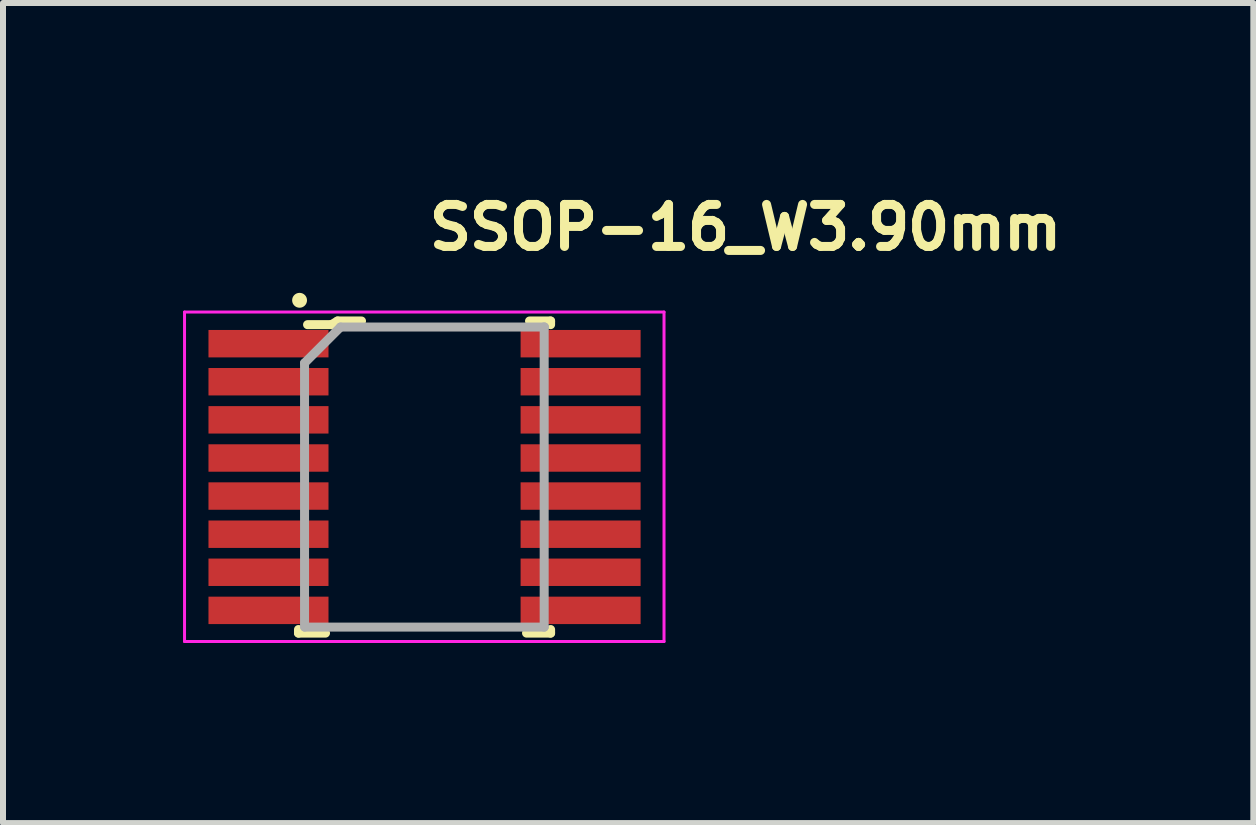
<source format=kicad_pcb>
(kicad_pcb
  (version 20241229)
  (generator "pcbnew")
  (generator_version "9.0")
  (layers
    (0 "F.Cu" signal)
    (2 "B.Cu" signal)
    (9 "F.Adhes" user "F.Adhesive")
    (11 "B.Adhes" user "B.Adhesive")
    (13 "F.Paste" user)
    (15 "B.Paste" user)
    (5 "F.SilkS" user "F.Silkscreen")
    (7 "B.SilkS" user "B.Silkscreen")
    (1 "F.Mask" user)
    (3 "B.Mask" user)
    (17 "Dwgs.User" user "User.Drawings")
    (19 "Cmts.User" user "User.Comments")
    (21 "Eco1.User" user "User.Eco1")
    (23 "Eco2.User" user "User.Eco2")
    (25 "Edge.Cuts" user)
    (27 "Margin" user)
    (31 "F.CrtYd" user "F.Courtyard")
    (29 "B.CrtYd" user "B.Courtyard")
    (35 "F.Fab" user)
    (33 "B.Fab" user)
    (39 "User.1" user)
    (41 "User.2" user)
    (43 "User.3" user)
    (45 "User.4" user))
  (footprint "SSOP-16_W3.90mm"
    (layer "F.Cu")
    (at 4.025 4.9)
    (property "Reference" "SSOP-16_W3.90mm" (at 0 -3.75 0) (layer "F.SilkS") (effects (font (size 0.7 0.7) (thickness 0.15)) (justify left bottom)))
    (attr smd)
    (fp_line (start -2.101 2.54) (end -2.101 2.6) (stroke (width 0.15) (type solid)) (layer "F.SilkS"))
    (fp_line (start -2.101 2.6) (end -1.651 2.6) (stroke (width 0.15) (type solid)) (layer "F.SilkS"))
    (fp_line (start -1.551 -2.54) (end -1.95 -2.54) (stroke (width 0.15) (type solid)) (layer "F.SilkS"))
    (fp_line (start -1.45 -2.601) (end -1.551 -2.54) (stroke (width 0.15) (type solid)) (layer "F.SilkS"))
    (fp_line (start -1.051 -2.601) (end -1.45 -2.601) (stroke (width 0.15) (type solid)) (layer "F.SilkS"))
    (fp_line (start 2.1 -2.601) (end 1.749 -2.601) (stroke (width 0.15) (type solid)) (layer "F.SilkS"))
    (fp_line (start 2.1 -2.54) (end 2.1 -2.601) (stroke (width 0.15) (type solid)) (layer "F.SilkS"))
    (fp_line (start 2.1 2.54) (end 2.1 2.6) (stroke (width 0.15) (type solid)) (layer "F.SilkS"))
    (fp_line (start 2.1 2.6) (end 1.699 2.6) (stroke (width 0.15) (type solid)) (layer "F.SilkS"))
    (fp_circle (center -2.083 -2.946) (end -2.034 -2.946) (stroke (width 0.15) (type solid)) (fill yes) (layer "F.SilkS"))
    (fp_line (start -4 -2.75) (end -4 2.74) (stroke (width 0.05) (type solid)) (layer "F.CrtYd"))
    (fp_line (start -4 -2.75) (end 3.99 -2.75) (stroke (width 0.05) (type solid)) (layer "F.CrtYd"))
    (fp_line (start -4 2.74) (end 3.99 2.74) (stroke (width 0.05) (type solid)) (layer "F.CrtYd"))
    (fp_line (start 3.99 2.74) (end 3.99 -2.75) (stroke (width 0.05) (type solid)) (layer "F.CrtYd"))
    (fp_line (start -2 -1.901) (end -2 2.499) (stroke (width 0.15) (type solid)) (layer "F.Fab"))
    (fp_line (start -2 -1.901) (end -1.401 -2.5) (stroke (width 0.15) (type solid)) (layer "F.Fab"))
    (fp_line (start -1.994 2.5) (end 1.993 2.5) (stroke (width 0.15) (type solid)) (layer "F.Fab"))
    (fp_line (start -1.401 -2.5) (end 1.999 -2.5) (stroke (width 0.15) (type solid)) (layer "F.Fab"))
    (fp_line (start 1.993 2.5) (end 1.993 -2.503) (stroke (width 0.15) (type solid)) (layer "F.Fab"))
    (fp_line (start -3.202 -2.4) (end -3.202 -2.15) (stroke (width 0.02) (type solid)) (layer "User.9"))
    (fp_line (start -3.202 -2.4) (end -2.698 -2.4) (stroke (width 0.02) (type solid)) (layer "User.9"))
    (fp_line (start -3.202 -1.75) (end -3.202 -1.5) (stroke (width 0.02) (type solid)) (layer "User.9"))
    (fp_line (start -3.202 -1.75) (end -2.698 -1.75) (stroke (width 0.02) (type solid)) (layer "User.9"))
    (fp_line (start -3.202 -1.101) (end -3.202 -0.85) (stroke (width 0.02) (type solid)) (layer "User.9"))
    (fp_line (start -3.202 -1.101) (end -2.698 -1.101) (stroke (width 0.02) (type solid)) (layer "User.9"))
    (fp_line (start -3.202 -0.452) (end -3.202 -0.202) (stroke (width 0.02) (type solid)) (layer "User.9"))
    (fp_line (start -3.202 -0.452) (end -2.698 -0.452) (stroke (width 0.02) (type solid)) (layer "User.9"))
    (fp_line (start -3.202 0.2) (end -3.202 0.45) (stroke (width 0.02) (type solid)) (layer "User.9"))
    (fp_line (start -3.202 0.2) (end -2.698 0.2) (stroke (width 0.02) (type solid)) (layer "User.9"))
    (fp_line (start -3.202 0.848) (end -3.202 1.1) (stroke (width 0.02) (type solid)) (layer "User.9"))
    (fp_line (start -3.202 0.848) (end -2.698 0.848) (stroke (width 0.02) (type solid)) (layer "User.9"))
    (fp_line (start -3.202 1.499) (end -3.202 1.749) (stroke (width 0.02) (type solid)) (layer "User.9"))
    (fp_line (start -3.202 1.499) (end -2.698 1.499) (stroke (width 0.02) (type solid)) (layer "User.9"))
    (fp_line (start -3.202 2.148) (end -3.202 2.398) (stroke (width 0.02) (type solid)) (layer "User.9"))
    (fp_line (start -3.202 2.148) (end -2.698 2.148) (stroke (width 0.02) (type solid)) (layer "User.9"))
    (fp_line (start -2.698 -2.4) (end -2.626 -2.4) (stroke (width 0.02) (type solid)) (layer "User.9"))
    (fp_line (start -2.698 -2.15) (end -3.202 -2.15) (stroke (width 0.02) (type solid)) (layer "User.9"))
    (fp_line (start -2.698 -1.75) (end -2.626 -1.75) (stroke (width 0.02) (type solid)) (layer "User.9"))
    (fp_line (start -2.698 -1.5) (end -3.202 -1.5) (stroke (width 0.02) (type solid)) (layer "User.9"))
    (fp_line (start -2.698 -1.101) (end -2.626 -1.101) (stroke (width 0.02) (type solid)) (layer "User.9"))
    (fp_line (start -2.698 -0.85) (end -3.202 -0.85) (stroke (width 0.02) (type solid)) (layer "User.9"))
    (fp_line (start -2.698 -0.452) (end -2.626 -0.452) (stroke (width 0.02) (type solid)) (layer "User.9"))
    (fp_line (start -2.698 -0.202) (end -3.202 -0.202) (stroke (width 0.02) (type solid)) (layer "User.9"))
    (fp_line (start -2.698 0.2) (end -2.626 0.2) (stroke (width 0.02) (type solid)) (layer "User.9"))
    (fp_line (start -2.698 0.45) (end -3.202 0.45) (stroke (width 0.02) (type solid)) (layer "User.9"))
    (fp_line (start -2.698 0.848) (end -2.626 0.848) (stroke (width 0.02) (type solid)) (layer "User.9"))
    (fp_line (start -2.698 1.1) (end -3.202 1.1) (stroke (width 0.02) (type solid)) (layer "User.9"))
    (fp_line (start -2.698 1.499) (end -2.626 1.499) (stroke (width 0.02) (type solid)) (layer "User.9"))
    (fp_line (start -2.698 1.749) (end -3.202 1.749) (stroke (width 0.02) (type solid)) (layer "User.9"))
    (fp_line (start -2.698 2.148) (end -2.626 2.148) (stroke (width 0.02) (type solid)) (layer "User.9"))
    (fp_line (start -2.698 2.398) (end -3.202 2.398) (stroke (width 0.02) (type solid)) (layer "User.9"))
    (fp_line (start -2.626 -2.4) (end -2.511 -2.4) (stroke (width 0.02) (type solid)) (layer "User.9"))
    (fp_line (start -2.626 -2.15) (end -2.698 -2.15) (stroke (width 0.02) (type solid)) (layer "User.9"))
    (fp_line (start -2.626 -1.75) (end -2.511 -1.75) (stroke (width 0.02) (type solid)) (layer "User.9"))
    (fp_line (start -2.626 -1.5) (end -2.698 -1.5) (stroke (width 0.02) (type solid)) (layer "User.9"))
    (fp_line (start -2.626 -1.101) (end -2.511 -1.101) (stroke (width 0.02) (type solid)) (layer "User.9"))
    (fp_line (start -2.626 -0.85) (end -2.698 -0.85) (stroke (width 0.02) (type solid)) (layer "User.9"))
    (fp_line (start -2.626 -0.452) (end -2.511 -0.452) (stroke (width 0.02) (type solid)) (layer "User.9"))
    (fp_line (start -2.626 -0.202) (end -2.698 -0.202) (stroke (width 0.02) (type solid)) (layer "User.9"))
    (fp_line (start -2.626 0.2) (end -2.511 0.2) (stroke (width 0.02) (type solid)) (layer "User.9"))
    (fp_line (start -2.626 0.45) (end -2.698 0.45) (stroke (width 0.02) (type solid)) (layer "User.9"))
    (fp_line (start -2.626 0.848) (end -2.511 0.848) (stroke (width 0.02) (type solid)) (layer "User.9"))
    (fp_line (start -2.626 1.1) (end -2.698 1.1) (stroke (width 0.02) (type solid)) (layer "User.9"))
    (fp_line (start -2.626 1.499) (end -2.511 1.499) (stroke (width 0.02) (type solid)) (layer "User.9"))
    (fp_line (start -2.626 1.749) (end -2.698 1.749) (stroke (width 0.02) (type solid)) (layer "User.9"))
    (fp_line (start -2.626 2.148) (end -2.511 2.148) (stroke (width 0.02) (type solid)) (layer "User.9"))
    (fp_line (start -2.626 2.398) (end -2.698 2.398) (stroke (width 0.02) (type solid)) (layer "User.9"))
    (fp_line (start -2.511 -2.15) (end -2.626 -2.15) (stroke (width 0.02) (type solid)) (layer "User.9"))
    (fp_line (start -2.511 -1.5) (end -2.626 -1.5) (stroke (width 0.02) (type solid)) (layer "User.9"))
    (fp_line (start -2.511 -0.85) (end -2.626 -0.85) (stroke (width 0.02) (type solid)) (layer "User.9"))
    (fp_line (start -2.511 -0.202) (end -2.626 -0.202) (stroke (width 0.02) (type solid)) (layer "User.9"))
    (fp_line (start -2.511 0.45) (end -2.626 0.45) (stroke (width 0.02) (type solid)) (layer "User.9"))
    (fp_line (start -2.511 1.1) (end -2.626 1.1) (stroke (width 0.02) (type solid)) (layer "User.9"))
    (fp_line (start -2.511 1.749) (end -2.626 1.749) (stroke (width 0.02) (type solid)) (layer "User.9"))
    (fp_line (start -2.511 2.398) (end -2.626 2.398) (stroke (width 0.02) (type solid)) (layer "User.9"))
    (fp_line (start -2.366 -2.4) (end -2.511 -2.4) (stroke (width 0.02) (type solid)) (layer "User.9"))
    (fp_line (start -2.366 -2.4) (end -2.101 -2.4) (stroke (width 0.02) (type solid)) (layer "User.9"))
    (fp_line (start -2.366 -2.15) (end -2.511 -2.15) (stroke (width 0.02) (type solid)) (layer "User.9"))
    (fp_line (start -2.366 -1.75) (end -2.511 -1.75) (stroke (width 0.02) (type solid)) (layer "User.9"))
    (fp_line (start -2.366 -1.75) (end -2.101 -1.75) (stroke (width 0.02) (type solid)) (layer "User.9"))
    (fp_line (start -2.366 -1.5) (end -2.511 -1.5) (stroke (width 0.02) (type solid)) (layer "User.9"))
    (fp_line (start -2.366 -1.101) (end -2.511 -1.101) (stroke (width 0.02) (type solid)) (layer "User.9"))
    (fp_line (start -2.366 -1.101) (end -2.101 -1.101) (stroke (width 0.02) (type solid)) (layer "User.9"))
    (fp_line (start -2.366 -0.85) (end -2.511 -0.85) (stroke (width 0.02) (type solid)) (layer "User.9"))
    (fp_line (start -2.366 -0.452) (end -2.511 -0.452) (stroke (width 0.02) (type solid)) (layer "User.9"))
    (fp_line (start -2.366 -0.452) (end -2.101 -0.452) (stroke (width 0.02) (type solid)) (layer "User.9"))
    (fp_line (start -2.366 -0.202) (end -2.511 -0.202) (stroke (width 0.02) (type solid)) (layer "User.9"))
    (fp_line (start -2.366 0.2) (end -2.511 0.2) (stroke (width 0.02) (type solid)) (layer "User.9"))
    (fp_line (start -2.366 0.2) (end -2.101 0.2) (stroke (width 0.02) (type solid)) (layer "User.9"))
    (fp_line (start -2.366 0.45) (end -2.511 0.45) (stroke (width 0.02) (type solid)) (layer "User.9"))
    (fp_line (start -2.366 0.848) (end -2.511 0.848) (stroke (width 0.02) (type solid)) (layer "User.9"))
    (fp_line (start -2.366 0.848) (end -2.101 0.848) (stroke (width 0.02) (type solid)) (layer "User.9"))
    (fp_line (start -2.366 1.1) (end -2.511 1.1) (stroke (width 0.02) (type solid)) (layer "User.9"))
    (fp_line (start -2.366 1.499) (end -2.511 1.499) (stroke (width 0.02) (type solid)) (layer "User.9"))
    (fp_line (start -2.366 1.499) (end -2.101 1.499) (stroke (width 0.02) (type solid)) (layer "User.9"))
    (fp_line (start -2.366 1.749) (end -2.511 1.749) (stroke (width 0.02) (type solid)) (layer "User.9"))
    (fp_line (start -2.366 2.148) (end -2.511 2.148) (stroke (width 0.02) (type solid)) (layer "User.9"))
    (fp_line (start -2.366 2.148) (end -2.101 2.148) (stroke (width 0.02) (type solid)) (layer "User.9"))
    (fp_line (start -2.366 2.398) (end -2.511 2.398) (stroke (width 0.02) (type solid)) (layer "User.9"))
    (fp_line (start -2.202 -2.5) (end -2.101 -2.4) (stroke (width 0.02) (type solid)) (layer "User.9"))
    (fp_line (start -2.202 -2.5) (end 2.2 -2.5) (stroke (width 0.02) (type solid)) (layer "User.9"))
    (fp_line (start -2.202 -2.4) (end -2.202 -2.5) (stroke (width 0.02) (type solid)) (layer "User.9"))
    (fp_line (start -2.202 -1.75) (end -2.202 -2.15) (stroke (width 0.02) (type solid)) (layer "User.9"))
    (fp_line (start -2.202 -1.101) (end -2.202 -1.5) (stroke (width 0.02) (type solid)) (layer "User.9"))
    (fp_line (start -2.202 -0.452) (end -2.202 -0.85) (stroke (width 0.02) (type solid)) (layer "User.9"))
    (fp_line (start -2.202 0.2) (end -2.202 -0.202) (stroke (width 0.02) (type solid)) (layer "User.9"))
    (fp_line (start -2.202 0.848) (end -2.202 0.45) (stroke (width 0.02) (type solid)) (layer "User.9"))
    (fp_line (start -2.202 1.499) (end -2.202 1.1) (stroke (width 0.02) (type solid)) (layer "User.9"))
    (fp_line (start -2.202 2.148) (end -2.202 1.749) (stroke (width 0.02) (type solid)) (layer "User.9"))
    (fp_line (start -2.202 2.499) (end -2.202 2.398) (stroke (width 0.02) (type solid)) (layer "User.9"))
    (fp_line (start -2.202 2.499) (end -2.101 2.398) (stroke (width 0.02) (type solid)) (layer "User.9"))
    (fp_line (start -2.101 -2.4) (end 2.1 -2.4) (stroke (width 0.02) (type solid)) (layer "User.9"))
    (fp_line (start -2.101 -2.15) (end -2.366 -2.15) (stroke (width 0.02) (type solid)) (layer "User.9"))
    (fp_line (start -2.101 -1.5) (end -2.366 -1.5) (stroke (width 0.02) (type solid)) (layer "User.9"))
    (fp_line (start -2.101 -0.85) (end -2.366 -0.85) (stroke (width 0.02) (type solid)) (layer "User.9"))
    (fp_line (start -2.101 -0.202) (end -2.366 -0.202) (stroke (width 0.02) (type solid)) (layer "User.9"))
    (fp_line (start -2.101 0.45) (end -2.366 0.45) (stroke (width 0.02) (type solid)) (layer "User.9"))
    (fp_line (start -2.101 1.1) (end -2.366 1.1) (stroke (width 0.02) (type solid)) (layer "User.9"))
    (fp_line (start -2.101 1.749) (end -2.366 1.749) (stroke (width 0.02) (type solid)) (layer "User.9"))
    (fp_line (start -2.101 2.398) (end -2.366 2.398) (stroke (width 0.02) (type solid)) (layer "User.9"))
    (fp_line (start -2.101 2.398) (end -2.101 -2.4) (stroke (width 0.02) (type solid)) (layer "User.9"))
    (fp_line (start 0.733 1.84) (end 0.734 1.818) (stroke (width 0.02) (type solid)) (layer "User.9"))
    (fp_line (start 0.733 1.84) (end 0.734 1.818) (stroke (width 0.02) (type solid)) (layer "User.9"))
    (fp_line (start 0.734 1.818) (end 0.736 1.796) (stroke (width 0.02) (type solid)) (layer "User.9"))
    (fp_line (start 0.734 1.818) (end 0.736 1.796) (stroke (width 0.02) (type solid)) (layer "User.9"))
    (fp_line (start 0.734 1.86) (end 0.733 1.84) (stroke (width 0.02) (type solid)) (layer "User.9"))
    (fp_line (start 0.734 1.86) (end 0.733 1.84) (stroke (width 0.02) (type solid)) (layer "User.9"))
    (fp_line (start 0.736 1.796) (end 0.74 1.775) (stroke (width 0.02) (type solid)) (layer "User.9"))
    (fp_line (start 0.736 1.796) (end 0.74 1.775) (stroke (width 0.02) (type solid)) (layer "User.9"))
    (fp_line (start 0.736 1.882) (end 0.734 1.86) (stroke (width 0.02) (type solid)) (layer "User.9"))
    (fp_line (start 0.736 1.882) (end 0.734 1.86) (stroke (width 0.02) (type solid)) (layer "User.9"))
    (fp_line (start 0.74 1.775) (end 0.745 1.755) (stroke (width 0.02) (type solid)) (layer "User.9"))
    (fp_line (start 0.74 1.775) (end 0.745 1.755) (stroke (width 0.02) (type solid)) (layer "User.9"))
    (fp_line (start 0.74 1.902) (end 0.736 1.882) (stroke (width 0.02) (type solid)) (layer "User.9"))
    (fp_line (start 0.74 1.902) (end 0.736 1.882) (stroke (width 0.02) (type solid)) (layer "User.9"))
    (fp_line (start 0.745 1.755) (end 0.751 1.733) (stroke (width 0.02) (type solid)) (layer "User.9"))
    (fp_line (start 0.745 1.755) (end 0.751 1.733) (stroke (width 0.02) (type solid)) (layer "User.9"))
    (fp_line (start 0.745 1.923) (end 0.74 1.902) (stroke (width 0.02) (type solid)) (layer "User.9"))
    (fp_line (start 0.745 1.923) (end 0.74 1.902) (stroke (width 0.02) (type solid)) (layer "User.9"))
    (fp_line (start 0.751 1.733) (end 0.758 1.713) (stroke (width 0.02) (type solid)) (layer "User.9"))
    (fp_line (start 0.751 1.733) (end 0.758 1.713) (stroke (width 0.02) (type solid)) (layer "User.9"))
    (fp_line (start 0.751 1.945) (end 0.745 1.923) (stroke (width 0.02) (type solid)) (layer "User.9"))
    (fp_line (start 0.751 1.945) (end 0.745 1.923) (stroke (width 0.02) (type solid)) (layer "User.9"))
    (fp_line (start 0.758 1.713) (end 0.768 1.693) (stroke (width 0.02) (type solid)) (layer "User.9"))
    (fp_line (start 0.758 1.713) (end 0.768 1.693) (stroke (width 0.02) (type solid)) (layer "User.9"))
    (fp_line (start 0.758 1.965) (end 0.751 1.945) (stroke (width 0.02) (type solid)) (layer "User.9"))
    (fp_line (start 0.758 1.965) (end 0.751 1.945) (stroke (width 0.02) (type solid)) (layer "User.9"))
    (fp_line (start 0.768 1.693) (end 0.779 1.675) (stroke (width 0.02) (type solid)) (layer "User.9"))
    (fp_line (start 0.768 1.693) (end 0.779 1.675) (stroke (width 0.02) (type solid)) (layer "User.9"))
    (fp_line (start 0.768 1.985) (end 0.758 1.965) (stroke (width 0.02) (type solid)) (layer "User.9"))
    (fp_line (start 0.768 1.985) (end 0.758 1.965) (stroke (width 0.02) (type solid)) (layer "User.9"))
    (fp_line (start 0.779 1.675) (end 0.779 1.675) (stroke (width 0.02) (type solid)) (layer "User.9"))
    (fp_line (start 0.779 1.675) (end 0.779 1.675) (stroke (width 0.02) (type solid)) (layer "User.9"))
    (fp_line (start 0.779 1.675) (end 0.784 1.665) (stroke (width 0.02) (type solid)) (layer "User.9"))
    (fp_line (start 0.779 1.675) (end 0.784 1.665) (stroke (width 0.02) (type solid)) (layer "User.9"))
    (fp_line (start 0.779 2.003) (end 0.768 1.985) (stroke (width 0.02) (type solid)) (layer "User.9"))
    (fp_line (start 0.779 2.003) (end 0.768 1.985) (stroke (width 0.02) (type solid)) (layer "User.9"))
    (fp_line (start 0.779 2.003) (end 0.779 2.003) (stroke (width 0.02) (type solid)) (layer "User.9"))
    (fp_line (start 0.779 2.003) (end 0.779 2.003) (stroke (width 0.02) (type solid)) (layer "User.9"))
    (fp_line (start 0.784 1.665) (end 0.79 1.656) (stroke (width 0.02) (type solid)) (layer "User.9"))
    (fp_line (start 0.784 1.665) (end 0.79 1.656) (stroke (width 0.02) (type solid)) (layer "User.9"))
    (fp_line (start 0.79 1.656) (end 0.797 1.646) (stroke (width 0.02) (type solid)) (layer "User.9"))
    (fp_line (start 0.79 1.656) (end 0.797 1.646) (stroke (width 0.02) (type solid)) (layer "User.9"))
    (fp_line (start 0.79 2.023) (end 0.779 2.003) (stroke (width 0.02) (type solid)) (layer "User.9"))
    (fp_line (start 0.79 2.023) (end 0.779 2.003) (stroke (width 0.02) (type solid)) (layer "User.9"))
    (fp_line (start 0.797 1.646) (end 0.803 1.638) (stroke (width 0.02) (type solid)) (layer "User.9"))
    (fp_line (start 0.797 1.646) (end 0.803 1.638) (stroke (width 0.02) (type solid)) (layer "User.9"))
    (fp_line (start 0.803 1.638) (end 0.81 1.63) (stroke (width 0.02) (type solid)) (layer "User.9"))
    (fp_line (start 0.803 1.638) (end 0.81 1.63) (stroke (width 0.02) (type solid)) (layer "User.9"))
    (fp_line (start 0.803 2.04) (end 0.79 2.023) (stroke (width 0.02) (type solid)) (layer "User.9"))
    (fp_line (start 0.803 2.04) (end 0.79 2.023) (stroke (width 0.02) (type solid)) (layer "User.9"))
    (fp_line (start 0.81 1.63) (end 0.817 1.62) (stroke (width 0.02) (type solid)) (layer "User.9"))
    (fp_line (start 0.81 1.63) (end 0.817 1.62) (stroke (width 0.02) (type solid)) (layer "User.9"))
    (fp_line (start 0.817 1.62) (end 0.824 1.612) (stroke (width 0.02) (type solid)) (layer "User.9"))
    (fp_line (start 0.817 1.62) (end 0.824 1.612) (stroke (width 0.02) (type solid)) (layer "User.9"))
    (fp_line (start 0.817 2.057) (end 0.803 2.04) (stroke (width 0.02) (type solid)) (layer "User.9"))
    (fp_line (start 0.817 2.057) (end 0.803 2.04) (stroke (width 0.02) (type solid)) (layer "User.9"))
    (fp_line (start 0.824 1.612) (end 0.832 1.606) (stroke (width 0.02) (type solid)) (layer "User.9"))
    (fp_line (start 0.824 1.612) (end 0.832 1.606) (stroke (width 0.02) (type solid)) (layer "User.9"))
    (fp_line (start 0.832 1.606) (end 0.838 1.598) (stroke (width 0.02) (type solid)) (layer "User.9"))
    (fp_line (start 0.832 1.606) (end 0.838 1.598) (stroke (width 0.02) (type solid)) (layer "User.9"))
    (fp_line (start 0.832 2.072) (end 0.817 2.057) (stroke (width 0.02) (type solid)) (layer "User.9"))
    (fp_line (start 0.832 2.072) (end 0.817 2.057) (stroke (width 0.02) (type solid)) (layer "User.9"))
    (fp_line (start 0.838 1.598) (end 0.846 1.59) (stroke (width 0.02) (type solid)) (layer "User.9"))
    (fp_line (start 0.838 1.598) (end 0.846 1.59) (stroke (width 0.02) (type solid)) (layer "User.9"))
    (fp_line (start 0.846 1.59) (end 0.855 1.584) (stroke (width 0.02) (type solid)) (layer "User.9"))
    (fp_line (start 0.846 1.59) (end 0.855 1.584) (stroke (width 0.02) (type solid)) (layer "User.9"))
    (fp_line (start 0.846 2.088) (end 0.832 2.072) (stroke (width 0.02) (type solid)) (layer "User.9"))
    (fp_line (start 0.846 2.088) (end 0.832 2.072) (stroke (width 0.02) (type solid)) (layer "User.9"))
    (fp_line (start 0.855 1.584) (end 0.863 1.576) (stroke (width 0.02) (type solid)) (layer "User.9"))
    (fp_line (start 0.855 1.584) (end 0.863 1.576) (stroke (width 0.02) (type solid)) (layer "User.9"))
    (fp_line (start 0.863 1.576) (end 0.872 1.57) (stroke (width 0.02) (type solid)) (layer "User.9"))
    (fp_line (start 0.863 1.576) (end 0.872 1.57) (stroke (width 0.02) (type solid)) (layer "User.9"))
    (fp_line (start 0.863 2.101) (end 0.846 2.088) (stroke (width 0.02) (type solid)) (layer "User.9"))
    (fp_line (start 0.863 2.101) (end 0.846 2.088) (stroke (width 0.02) (type solid)) (layer "User.9"))
    (fp_line (start 0.872 1.57) (end 0.88 1.564) (stroke (width 0.02) (type solid)) (layer "User.9"))
    (fp_line (start 0.872 1.57) (end 0.88 1.564) (stroke (width 0.02) (type solid)) (layer "User.9"))
    (fp_line (start 0.88 1.564) (end 0.889 1.558) (stroke (width 0.02) (type solid)) (layer "User.9"))
    (fp_line (start 0.88 1.564) (end 0.889 1.558) (stroke (width 0.02) (type solid)) (layer "User.9"))
    (fp_line (start 0.88 2.113) (end 0.863 2.101) (stroke (width 0.02) (type solid)) (layer "User.9"))
    (fp_line (start 0.88 2.113) (end 0.863 2.101) (stroke (width 0.02) (type solid)) (layer "User.9"))
    (fp_line (start 0.889 1.558) (end 0.9 1.554) (stroke (width 0.02) (type solid)) (layer "User.9"))
    (fp_line (start 0.889 1.558) (end 0.9 1.554) (stroke (width 0.02) (type solid)) (layer "User.9"))
    (fp_line (start 0.9 1.554) (end 0.909 1.548) (stroke (width 0.02) (type solid)) (layer "User.9"))
    (fp_line (start 0.9 1.554) (end 0.909 1.548) (stroke (width 0.02) (type solid)) (layer "User.9"))
    (fp_line (start 0.9 2.124) (end 0.88 2.113) (stroke (width 0.02) (type solid)) (layer "User.9"))
    (fp_line (start 0.9 2.124) (end 0.88 2.113) (stroke (width 0.02) (type solid)) (layer "User.9"))
    (fp_line (start 0.909 1.548) (end 0.918 1.544) (stroke (width 0.02) (type solid)) (layer "User.9"))
    (fp_line (start 0.909 1.548) (end 0.918 1.544) (stroke (width 0.02) (type solid)) (layer "User.9"))
    (fp_line (start 0.918 1.544) (end 0.928 1.538) (stroke (width 0.02) (type solid)) (layer "User.9"))
    (fp_line (start 0.918 1.544) (end 0.928 1.538) (stroke (width 0.02) (type solid)) (layer "User.9"))
    (fp_line (start 0.918 2.135) (end 0.9 2.124) (stroke (width 0.02) (type solid)) (layer "User.9"))
    (fp_line (start 0.918 2.135) (end 0.9 2.124) (stroke (width 0.02) (type solid)) (layer "User.9"))
    (fp_line (start 0.928 1.538) (end 0.938 1.535) (stroke (width 0.02) (type solid)) (layer "User.9"))
    (fp_line (start 0.928 1.538) (end 0.938 1.535) (stroke (width 0.02) (type solid)) (layer "User.9"))
    (fp_line (start 0.938 1.535) (end 0.948 1.531) (stroke (width 0.02) (type solid)) (layer "User.9"))
    (fp_line (start 0.938 1.535) (end 0.948 1.531) (stroke (width 0.02) (type solid)) (layer "User.9"))
    (fp_line (start 0.938 2.144) (end 0.918 2.135) (stroke (width 0.02) (type solid)) (layer "User.9"))
    (fp_line (start 0.938 2.144) (end 0.918 2.135) (stroke (width 0.02) (type solid)) (layer "User.9"))
    (fp_line (start 0.948 1.531) (end 0.958 1.527) (stroke (width 0.02) (type solid)) (layer "User.9"))
    (fp_line (start 0.948 1.531) (end 0.958 1.527) (stroke (width 0.02) (type solid)) (layer "User.9"))
    (fp_line (start 0.958 1.527) (end 0.967 1.523) (stroke (width 0.02) (type solid)) (layer "User.9"))
    (fp_line (start 0.958 1.527) (end 0.967 1.523) (stroke (width 0.02) (type solid)) (layer "User.9"))
    (fp_line (start 0.958 2.152) (end 0.938 2.144) (stroke (width 0.02) (type solid)) (layer "User.9"))
    (fp_line (start 0.958 2.152) (end 0.938 2.144) (stroke (width 0.02) (type solid)) (layer "User.9"))
    (fp_line (start 0.967 1.523) (end 0.977 1.521) (stroke (width 0.02) (type solid)) (layer "User.9"))
    (fp_line (start 0.967 1.523) (end 0.977 1.521) (stroke (width 0.02) (type solid)) (layer "User.9"))
    (fp_line (start 0.977 1.521) (end 0.988 1.517) (stroke (width 0.02) (type solid)) (layer "User.9"))
    (fp_line (start 0.977 1.521) (end 0.988 1.517) (stroke (width 0.02) (type solid)) (layer "User.9"))
    (fp_line (start 0.977 2.157) (end 0.958 2.152) (stroke (width 0.02) (type solid)) (layer "User.9"))
    (fp_line (start 0.977 2.157) (end 0.958 2.152) (stroke (width 0.02) (type solid)) (layer "User.9"))
    (fp_line (start 0.988 1.517) (end 0.998 1.515) (stroke (width 0.02) (type solid)) (layer "User.9"))
    (fp_line (start 0.988 1.517) (end 0.998 1.515) (stroke (width 0.02) (type solid)) (layer "User.9"))
    (fp_line (start 0.998 1.515) (end 1.009 1.513) (stroke (width 0.02) (type solid)) (layer "User.9"))
    (fp_line (start 0.998 1.515) (end 1.009 1.513) (stroke (width 0.02) (type solid)) (layer "User.9"))
    (fp_line (start 0.998 2.163) (end 0.977 2.157) (stroke (width 0.02) (type solid)) (layer "User.9"))
    (fp_line (start 0.998 2.163) (end 0.977 2.157) (stroke (width 0.02) (type solid)) (layer "User.9"))
    (fp_line (start 1.009 1.513) (end 1.021 1.511) (stroke (width 0.02) (type solid)) (layer "User.9"))
    (fp_line (start 1.009 1.513) (end 1.021 1.511) (stroke (width 0.02) (type solid)) (layer "User.9"))
    (fp_line (start 1.021 1.511) (end 1.032 1.511) (stroke (width 0.02) (type solid)) (layer "User.9"))
    (fp_line (start 1.021 1.511) (end 1.032 1.511) (stroke (width 0.02) (type solid)) (layer "User.9"))
    (fp_line (start 1.021 2.167) (end 0.998 2.163) (stroke (width 0.02) (type solid)) (layer "User.9"))
    (fp_line (start 1.021 2.167) (end 0.998 2.163) (stroke (width 0.02) (type solid)) (layer "User.9"))
    (fp_line (start 1.032 1.511) (end 1.042 1.509) (stroke (width 0.02) (type solid)) (layer "User.9"))
    (fp_line (start 1.032 1.511) (end 1.042 1.509) (stroke (width 0.02) (type solid)) (layer "User.9"))
    (fp_line (start 1.042 1.509) (end 1.052 1.509) (stroke (width 0.02) (type solid)) (layer "User.9"))
    (fp_line (start 1.042 1.509) (end 1.052 1.509) (stroke (width 0.02) (type solid)) (layer "User.9"))
    (fp_line (start 1.042 2.168) (end 1.021 2.167) (stroke (width 0.02) (type solid)) (layer "User.9"))
    (fp_line (start 1.042 2.168) (end 1.021 2.167) (stroke (width 0.02) (type solid)) (layer "User.9"))
    (fp_line (start 1.052 1.509) (end 1.064 1.509) (stroke (width 0.02) (type solid)) (layer "User.9"))
    (fp_line (start 1.052 1.509) (end 1.064 1.509) (stroke (width 0.02) (type solid)) (layer "User.9"))
    (fp_line (start 1.064 1.509) (end 1.086 1.509) (stroke (width 0.02) (type solid)) (layer "User.9"))
    (fp_line (start 1.064 1.509) (end 1.086 1.509) (stroke (width 0.02) (type solid)) (layer "User.9"))
    (fp_line (start 1.064 2.168) (end 1.042 2.168) (stroke (width 0.02) (type solid)) (layer "User.9"))
    (fp_line (start 1.064 2.168) (end 1.042 2.168) (stroke (width 0.02) (type solid)) (layer "User.9"))
    (fp_line (start 1.076 2.168) (end 1.064 2.168) (stroke (width 0.02) (type solid)) (layer "User.9"))
    (fp_line (start 1.076 2.168) (end 1.064 2.168) (stroke (width 0.02) (type solid)) (layer "User.9"))
    (fp_line (start 1.086 1.509) (end 1.108 1.511) (stroke (width 0.02) (type solid)) (layer "User.9"))
    (fp_line (start 1.086 1.509) (end 1.108 1.511) (stroke (width 0.02) (type solid)) (layer "User.9"))
    (fp_line (start 1.086 2.168) (end 1.076 2.168) (stroke (width 0.02) (type solid)) (layer "User.9"))
    (fp_line (start 1.086 2.168) (end 1.076 2.168) (stroke (width 0.02) (type solid)) (layer "User.9"))
    (fp_line (start 1.096 2.168) (end 1.086 2.168) (stroke (width 0.02) (type solid)) (layer "User.9"))
    (fp_line (start 1.096 2.168) (end 1.086 2.168) (stroke (width 0.02) (type solid)) (layer "User.9"))
    (fp_line (start 1.108 1.511) (end 1.13 1.515) (stroke (width 0.02) (type solid)) (layer "User.9"))
    (fp_line (start 1.108 1.511) (end 1.13 1.515) (stroke (width 0.02) (type solid)) (layer "User.9"))
    (fp_line (start 1.108 2.167) (end 1.096 2.168) (stroke (width 0.02) (type solid)) (layer "User.9"))
    (fp_line (start 1.108 2.167) (end 1.096 2.168) (stroke (width 0.02) (type solid)) (layer "User.9"))
    (fp_line (start 1.118 2.164) (end 1.108 2.167) (stroke (width 0.02) (type solid)) (layer "User.9"))
    (fp_line (start 1.118 2.164) (end 1.108 2.167) (stroke (width 0.02) (type solid)) (layer "User.9"))
    (fp_line (start 1.13 1.515) (end 1.15 1.521) (stroke (width 0.02) (type solid)) (layer "User.9"))
    (fp_line (start 1.13 1.515) (end 1.15 1.521) (stroke (width 0.02) (type solid)) (layer "User.9"))
    (fp_line (start 1.13 2.163) (end 1.118 2.164) (stroke (width 0.02) (type solid)) (layer "User.9"))
    (fp_line (start 1.13 2.163) (end 1.118 2.164) (stroke (width 0.02) (type solid)) (layer "User.9"))
    (fp_line (start 1.14 2.16) (end 1.13 2.163) (stroke (width 0.02) (type solid)) (layer "User.9"))
    (fp_line (start 1.14 2.16) (end 1.13 2.163) (stroke (width 0.02) (type solid)) (layer "User.9"))
    (fp_line (start 1.15 1.521) (end 1.171 1.527) (stroke (width 0.02) (type solid)) (layer "User.9"))
    (fp_line (start 1.15 1.521) (end 1.171 1.527) (stroke (width 0.02) (type solid)) (layer "User.9"))
    (fp_line (start 1.15 2.157) (end 1.14 2.16) (stroke (width 0.02) (type solid)) (layer "User.9"))
    (fp_line (start 1.15 2.157) (end 1.14 2.16) (stroke (width 0.02) (type solid)) (layer "User.9"))
    (fp_line (start 1.161 2.155) (end 1.15 2.157) (stroke (width 0.02) (type solid)) (layer "User.9"))
    (fp_line (start 1.161 2.155) (end 1.15 2.157) (stroke (width 0.02) (type solid)) (layer "User.9"))
    (fp_line (start 1.171 1.527) (end 1.191 1.535) (stroke (width 0.02) (type solid)) (layer "User.9"))
    (fp_line (start 1.171 1.527) (end 1.191 1.535) (stroke (width 0.02) (type solid)) (layer "User.9"))
    (fp_line (start 1.171 2.152) (end 1.161 2.155) (stroke (width 0.02) (type solid)) (layer "User.9"))
    (fp_line (start 1.171 2.152) (end 1.161 2.155) (stroke (width 0.02) (type solid)) (layer "User.9"))
    (fp_line (start 1.181 2.148) (end 1.171 2.152) (stroke (width 0.02) (type solid)) (layer "User.9"))
    (fp_line (start 1.181 2.148) (end 1.171 2.152) (stroke (width 0.02) (type solid)) (layer "User.9"))
    (fp_line (start 1.191 1.535) (end 1.211 1.544) (stroke (width 0.02) (type solid)) (layer "User.9"))
    (fp_line (start 1.191 1.535) (end 1.211 1.544) (stroke (width 0.02) (type solid)) (layer "User.9"))
    (fp_line (start 1.191 2.144) (end 1.181 2.148) (stroke (width 0.02) (type solid)) (layer "User.9"))
    (fp_line (start 1.191 2.144) (end 1.181 2.148) (stroke (width 0.02) (type solid)) (layer "User.9"))
    (fp_line (start 1.201 2.14) (end 1.191 2.144) (stroke (width 0.02) (type solid)) (layer "User.9"))
    (fp_line (start 1.201 2.14) (end 1.191 2.144) (stroke (width 0.02) (type solid)) (layer "User.9"))
    (fp_line (start 1.211 1.544) (end 1.229 1.554) (stroke (width 0.02) (type solid)) (layer "User.9"))
    (fp_line (start 1.211 1.544) (end 1.229 1.554) (stroke (width 0.02) (type solid)) (layer "User.9"))
    (fp_line (start 1.211 2.135) (end 1.201 2.14) (stroke (width 0.02) (type solid)) (layer "User.9"))
    (fp_line (start 1.211 2.135) (end 1.201 2.14) (stroke (width 0.02) (type solid)) (layer "User.9"))
    (fp_line (start 1.219 2.129) (end 1.211 2.135) (stroke (width 0.02) (type solid)) (layer "User.9"))
    (fp_line (start 1.219 2.129) (end 1.211 2.135) (stroke (width 0.02) (type solid)) (layer "User.9"))
    (fp_line (start 1.229 1.554) (end 1.247 1.564) (stroke (width 0.02) (type solid)) (layer "User.9"))
    (fp_line (start 1.229 1.554) (end 1.247 1.564) (stroke (width 0.02) (type solid)) (layer "User.9"))
    (fp_line (start 1.229 2.124) (end 1.219 2.129) (stroke (width 0.02) (type solid)) (layer "User.9"))
    (fp_line (start 1.229 2.124) (end 1.219 2.129) (stroke (width 0.02) (type solid)) (layer "User.9"))
    (fp_line (start 1.239 2.12) (end 1.229 2.124) (stroke (width 0.02) (type solid)) (layer "User.9"))
    (fp_line (start 1.239 2.12) (end 1.229 2.124) (stroke (width 0.02) (type solid)) (layer "User.9"))
    (fp_line (start 1.247 1.564) (end 1.265 1.576) (stroke (width 0.02) (type solid)) (layer "User.9"))
    (fp_line (start 1.247 1.564) (end 1.265 1.576) (stroke (width 0.02) (type solid)) (layer "User.9"))
    (fp_line (start 1.247 2.113) (end 1.239 2.12) (stroke (width 0.02) (type solid)) (layer "User.9"))
    (fp_line (start 1.247 2.113) (end 1.239 2.12) (stroke (width 0.02) (type solid)) (layer "User.9"))
    (fp_line (start 1.255 2.108) (end 1.247 2.113) (stroke (width 0.02) (type solid)) (layer "User.9"))
    (fp_line (start 1.255 2.108) (end 1.247 2.113) (stroke (width 0.02) (type solid)) (layer "User.9"))
    (fp_line (start 1.265 1.576) (end 1.282 1.59) (stroke (width 0.02) (type solid)) (layer "User.9"))
    (fp_line (start 1.265 1.576) (end 1.282 1.59) (stroke (width 0.02) (type solid)) (layer "User.9"))
    (fp_line (start 1.265 2.101) (end 1.255 2.108) (stroke (width 0.02) (type solid)) (layer "User.9"))
    (fp_line (start 1.265 2.101) (end 1.255 2.108) (stroke (width 0.02) (type solid)) (layer "User.9"))
    (fp_line (start 1.273 2.095) (end 1.265 2.101) (stroke (width 0.02) (type solid)) (layer "User.9"))
    (fp_line (start 1.273 2.095) (end 1.265 2.101) (stroke (width 0.02) (type solid)) (layer "User.9"))
    (fp_line (start 1.282 1.59) (end 1.296 1.606) (stroke (width 0.02) (type solid)) (layer "User.9"))
    (fp_line (start 1.282 1.59) (end 1.296 1.606) (stroke (width 0.02) (type solid)) (layer "User.9"))
    (fp_line (start 1.282 2.088) (end 1.273 2.095) (stroke (width 0.02) (type solid)) (layer "User.9"))
    (fp_line (start 1.282 2.088) (end 1.273 2.095) (stroke (width 0.02) (type solid)) (layer "User.9"))
    (fp_line (start 1.29 2.08) (end 1.282 2.088) (stroke (width 0.02) (type solid)) (layer "User.9"))
    (fp_line (start 1.29 2.08) (end 1.282 2.088) (stroke (width 0.02) (type solid)) (layer "User.9"))
    (fp_line (start 1.296 1.606) (end 1.312 1.62) (stroke (width 0.02) (type solid)) (layer "User.9"))
    (fp_line (start 1.296 1.606) (end 1.312 1.62) (stroke (width 0.02) (type solid)) (layer "User.9"))
    (fp_line (start 1.296 2.072) (end 1.29 2.08) (stroke (width 0.02) (type solid)) (layer "User.9"))
    (fp_line (start 1.296 2.072) (end 1.29 2.08) (stroke (width 0.02) (type solid)) (layer "User.9"))
    (fp_line (start 1.304 2.065) (end 1.296 2.072) (stroke (width 0.02) (type solid)) (layer "User.9"))
    (fp_line (start 1.304 2.065) (end 1.296 2.072) (stroke (width 0.02) (type solid)) (layer "User.9"))
    (fp_line (start 1.312 1.62) (end 1.326 1.638) (stroke (width 0.02) (type solid)) (layer "User.9"))
    (fp_line (start 1.312 1.62) (end 1.326 1.638) (stroke (width 0.02) (type solid)) (layer "User.9"))
    (fp_line (start 1.312 2.057) (end 1.304 2.065) (stroke (width 0.02) (type solid)) (layer "User.9"))
    (fp_line (start 1.312 2.057) (end 1.304 2.065) (stroke (width 0.02) (type solid)) (layer "User.9"))
    (fp_line (start 1.318 2.048) (end 1.312 2.057) (stroke (width 0.02) (type solid)) (layer "User.9"))
    (fp_line (start 1.318 2.048) (end 1.312 2.057) (stroke (width 0.02) (type solid)) (layer "User.9"))
    (fp_line (start 1.326 1.638) (end 1.338 1.656) (stroke (width 0.02) (type solid)) (layer "User.9"))
    (fp_line (start 1.326 1.638) (end 1.338 1.656) (stroke (width 0.02) (type solid)) (layer "User.9"))
    (fp_line (start 1.326 2.04) (end 1.318 2.048) (stroke (width 0.02) (type solid)) (layer "User.9"))
    (fp_line (start 1.326 2.04) (end 1.318 2.048) (stroke (width 0.02) (type solid)) (layer "User.9"))
    (fp_line (start 1.332 2.031) (end 1.326 2.04) (stroke (width 0.02) (type solid)) (layer "User.9"))
    (fp_line (start 1.332 2.031) (end 1.326 2.04) (stroke (width 0.02) (type solid)) (layer "User.9"))
    (fp_line (start 1.338 1.656) (end 1.35 1.675) (stroke (width 0.02) (type solid)) (layer "User.9"))
    (fp_line (start 1.338 1.656) (end 1.35 1.675) (stroke (width 0.02) (type solid)) (layer "User.9"))
    (fp_line (start 1.338 2.023) (end 1.332 2.031) (stroke (width 0.02) (type solid)) (layer "User.9"))
    (fp_line (start 1.338 2.023) (end 1.332 2.031) (stroke (width 0.02) (type solid)) (layer "User.9"))
    (fp_line (start 1.344 2.014) (end 1.338 2.023) (stroke (width 0.02) (type solid)) (layer "User.9"))
    (fp_line (start 1.344 2.014) (end 1.338 2.023) (stroke (width 0.02) (type solid)) (layer "User.9"))
    (fp_line (start 1.35 1.675) (end 1.35 1.675) (stroke (width 0.02) (type solid)) (layer "User.9"))
    (fp_line (start 1.35 1.675) (end 1.35 1.675) (stroke (width 0.02) (type solid)) (layer "User.9"))
    (fp_line (start 1.35 1.675) (end 1.36 1.693) (stroke (width 0.02) (type solid)) (layer "User.9"))
    (fp_line (start 1.35 1.675) (end 1.36 1.693) (stroke (width 0.02) (type solid)) (layer "User.9"))
    (fp_line (start 1.35 2.003) (end 1.344 2.014) (stroke (width 0.02) (type solid)) (layer "User.9"))
    (fp_line (start 1.35 2.003) (end 1.344 2.014) (stroke (width 0.02) (type solid)) (layer "User.9"))
    (fp_line (start 1.35 2.003) (end 1.35 2.003) (stroke (width 0.02) (type solid)) (layer "User.9"))
    (fp_line (start 1.35 2.003) (end 1.35 2.003) (stroke (width 0.02) (type solid)) (layer "User.9"))
    (fp_line (start 1.36 1.693) (end 1.37 1.713) (stroke (width 0.02) (type solid)) (layer "User.9"))
    (fp_line (start 1.36 1.693) (end 1.37 1.713) (stroke (width 0.02) (type solid)) (layer "User.9"))
    (fp_line (start 1.36 1.985) (end 1.35 2.003) (stroke (width 0.02) (type solid)) (layer "User.9"))
    (fp_line (start 1.36 1.985) (end 1.35 2.003) (stroke (width 0.02) (type solid)) (layer "User.9"))
    (fp_line (start 1.37 1.713) (end 1.376 1.733) (stroke (width 0.02) (type solid)) (layer "User.9"))
    (fp_line (start 1.37 1.713) (end 1.376 1.733) (stroke (width 0.02) (type solid)) (layer "User.9"))
    (fp_line (start 1.37 1.965) (end 1.36 1.985) (stroke (width 0.02) (type solid)) (layer "User.9"))
    (fp_line (start 1.37 1.965) (end 1.36 1.985) (stroke (width 0.02) (type solid)) (layer "User.9"))
    (fp_line (start 1.376 1.733) (end 1.382 1.755) (stroke (width 0.02) (type solid)) (layer "User.9"))
    (fp_line (start 1.376 1.733) (end 1.382 1.755) (stroke (width 0.02) (type solid)) (layer "User.9"))
    (fp_line (start 1.376 1.945) (end 1.37 1.965) (stroke (width 0.02) (type solid)) (layer "User.9"))
    (fp_line (start 1.376 1.945) (end 1.37 1.965) (stroke (width 0.02) (type solid)) (layer "User.9"))
    (fp_line (start 1.382 1.755) (end 1.388 1.775) (stroke (width 0.02) (type solid)) (layer "User.9"))
    (fp_line (start 1.382 1.755) (end 1.388 1.775) (stroke (width 0.02) (type solid)) (layer "User.9"))
    (fp_line (start 1.382 1.923) (end 1.376 1.945) (stroke (width 0.02) (type solid)) (layer "User.9"))
    (fp_line (start 1.382 1.923) (end 1.376 1.945) (stroke (width 0.02) (type solid)) (layer "User.9"))
    (fp_line (start 1.388 1.775) (end 1.392 1.796) (stroke (width 0.02) (type solid)) (layer "User.9"))
    (fp_line (start 1.388 1.775) (end 1.392 1.796) (stroke (width 0.02) (type solid)) (layer "User.9"))
    (fp_line (start 1.388 1.902) (end 1.382 1.923) (stroke (width 0.02) (type solid)) (layer "User.9"))
    (fp_line (start 1.388 1.902) (end 1.382 1.923) (stroke (width 0.02) (type solid)) (layer "User.9"))
    (fp_line (start 1.392 1.796) (end 1.394 1.818) (stroke (width 0.02) (type solid)) (layer "User.9"))
    (fp_line (start 1.392 1.796) (end 1.394 1.818) (stroke (width 0.02) (type solid)) (layer "User.9"))
    (fp_line (start 1.392 1.882) (end 1.388 1.902) (stroke (width 0.02) (type solid)) (layer "User.9"))
    (fp_line (start 1.392 1.882) (end 1.388 1.902) (stroke (width 0.02) (type solid)) (layer "User.9"))
    (fp_line (start 1.394 1.818) (end 1.394 1.84) (stroke (width 0.02) (type solid)) (layer "User.9"))
    (fp_line (start 1.394 1.818) (end 1.394 1.84) (stroke (width 0.02) (type solid)) (layer "User.9"))
    (fp_line (start 1.394 1.84) (end 1.394 1.86) (stroke (width 0.02) (type solid)) (layer "User.9"))
    (fp_line (start 1.394 1.84) (end 1.394 1.86) (stroke (width 0.02) (type solid)) (layer "User.9"))
    (fp_line (start 1.394 1.86) (end 1.392 1.882) (stroke (width 0.02) (type solid)) (layer "User.9"))
    (fp_line (start 1.394 1.86) (end 1.392 1.882) (stroke (width 0.02) (type solid)) (layer "User.9"))
    (fp_line (start 2.1 -2.4) (end 2.1 2.398) (stroke (width 0.02) (type solid)) (layer "User.9"))
    (fp_line (start 2.1 -2.4) (end 2.363 -2.4) (stroke (width 0.02) (type solid)) (layer "User.9"))
    (fp_line (start 2.1 -2.15) (end 2.363 -2.15) (stroke (width 0.02) (type solid)) (layer "User.9"))
    (fp_line (start 2.1 -1.75) (end 2.363 -1.75) (stroke (width 0.02) (type solid)) (layer "User.9"))
    (fp_line (start 2.1 -1.5) (end 2.363 -1.5) (stroke (width 0.02) (type solid)) (layer "User.9"))
    (fp_line (start 2.1 -1.101) (end 2.363 -1.101) (stroke (width 0.02) (type solid)) (layer "User.9"))
    (fp_line (start 2.1 -0.85) (end 2.363 -0.85) (stroke (width 0.02) (type solid)) (layer "User.9"))
    (fp_line (start 2.1 -0.452) (end 2.363 -0.452) (stroke (width 0.02) (type solid)) (layer "User.9"))
    (fp_line (start 2.1 -0.202) (end 2.363 -0.202) (stroke (width 0.02) (type solid)) (layer "User.9"))
    (fp_line (start 2.1 0.2) (end 2.363 0.2) (stroke (width 0.02) (type solid)) (layer "User.9"))
    (fp_line (start 2.1 0.45) (end 2.363 0.45) (stroke (width 0.02) (type solid)) (layer "User.9"))
    (fp_line (start 2.1 0.848) (end 2.363 0.848) (stroke (width 0.02) (type solid)) (layer "User.9"))
    (fp_line (start 2.1 1.1) (end 2.363 1.1) (stroke (width 0.02) (type solid)) (layer "User.9"))
    (fp_line (start 2.1 1.499) (end 2.363 1.499) (stroke (width 0.02) (type solid)) (layer "User.9"))
    (fp_line (start 2.1 1.749) (end 2.363 1.749) (stroke (width 0.02) (type solid)) (layer "User.9"))
    (fp_line (start 2.1 2.148) (end 2.363 2.148) (stroke (width 0.02) (type solid)) (layer "User.9"))
    (fp_line (start 2.1 2.398) (end -2.101 2.398) (stroke (width 0.02) (type solid)) (layer "User.9"))
    (fp_line (start 2.1 2.398) (end 2.2 2.499) (stroke (width 0.02) (type solid)) (layer "User.9"))
    (fp_line (start 2.1 2.398) (end 2.363 2.398) (stroke (width 0.02) (type solid)) (layer "User.9"))
    (fp_line (start 2.2 -2.5) (end 2.1 -2.4) (stroke (width 0.02) (type solid)) (layer "User.9"))
    (fp_line (start 2.2 -2.5) (end 2.2 -2.4) (stroke (width 0.02) (type solid)) (layer "User.9"))
    (fp_line (start 2.2 -2.15) (end 2.2 -1.75) (stroke (width 0.02) (type solid)) (layer "User.9"))
    (fp_line (start 2.2 -1.5) (end 2.2 -1.101) (stroke (width 0.02) (type solid)) (layer "User.9"))
    (fp_line (start 2.2 -0.85) (end 2.2 -0.452) (stroke (width 0.02) (type solid)) (layer "User.9"))
    (fp_line (start 2.2 -0.202) (end 2.2 0.2) (stroke (width 0.02) (type solid)) (layer "User.9"))
    (fp_line (start 2.2 0.45) (end 2.2 0.848) (stroke (width 0.02) (type solid)) (layer "User.9"))
    (fp_line (start 2.2 1.1) (end 2.2 1.499) (stroke (width 0.02) (type solid)) (layer "User.9"))
    (fp_line (start 2.2 1.749) (end 2.2 2.148) (stroke (width 0.02) (type solid)) (layer "User.9"))
    (fp_line (start 2.2 2.398) (end 2.2 2.499) (stroke (width 0.02) (type solid)) (layer "User.9"))
    (fp_line (start 2.2 2.499) (end -2.202 2.499) (stroke (width 0.02) (type solid)) (layer "User.9"))
    (fp_line (start 2.363 -2.4) (end 2.508 -2.4) (stroke (width 0.02) (type solid)) (layer "User.9"))
    (fp_line (start 2.363 -2.15) (end 2.508 -2.15) (stroke (width 0.02) (type solid)) (layer "User.9"))
    (fp_line (start 2.363 -1.75) (end 2.508 -1.75) (stroke (width 0.02) (type solid)) (layer "User.9"))
    (fp_line (start 2.363 -1.5) (end 2.508 -1.5) (stroke (width 0.02) (type solid)) (layer "User.9"))
    (fp_line (start 2.363 -1.101) (end 2.508 -1.101) (stroke (width 0.02) (type solid)) (layer "User.9"))
    (fp_line (start 2.363 -0.85) (end 2.508 -0.85) (stroke (width 0.02) (type solid)) (layer "User.9"))
    (fp_line (start 2.363 -0.452) (end 2.508 -0.452) (stroke (width 0.02) (type solid)) (layer "User.9"))
    (fp_line (start 2.363 -0.202) (end 2.508 -0.202) (stroke (width 0.02) (type solid)) (layer "User.9"))
    (fp_line (start 2.363 0.2) (end 2.508 0.2) (stroke (width 0.02) (type solid)) (layer "User.9"))
    (fp_line (start 2.363 0.45) (end 2.508 0.45) (stroke (width 0.02) (type solid)) (layer "User.9"))
    (fp_line (start 2.363 0.848) (end 2.508 0.848) (stroke (width 0.02) (type solid)) (layer "User.9"))
    (fp_line (start 2.363 1.1) (end 2.508 1.1) (stroke (width 0.02) (type solid)) (layer "User.9"))
    (fp_line (start 2.363 1.499) (end 2.508 1.499) (stroke (width 0.02) (type solid)) (layer "User.9"))
    (fp_line (start 2.363 1.749) (end 2.508 1.749) (stroke (width 0.02) (type solid)) (layer "User.9"))
    (fp_line (start 2.363 2.148) (end 2.508 2.148) (stroke (width 0.02) (type solid)) (layer "User.9"))
    (fp_line (start 2.363 2.398) (end 2.508 2.398) (stroke (width 0.02) (type solid)) (layer "User.9"))
    (fp_line (start 2.508 -2.4) (end 2.624 -2.4) (stroke (width 0.02) (type solid)) (layer "User.9"))
    (fp_line (start 2.508 -2.15) (end 2.624 -2.15) (stroke (width 0.02) (type solid)) (layer "User.9"))
    (fp_line (start 2.508 -1.75) (end 2.624 -1.75) (stroke (width 0.02) (type solid)) (layer "User.9"))
    (fp_line (start 2.508 -1.5) (end 2.624 -1.5) (stroke (width 0.02) (type solid)) (layer "User.9"))
    (fp_line (start 2.508 -1.101) (end 2.624 -1.101) (stroke (width 0.02) (type solid)) (layer "User.9"))
    (fp_line (start 2.508 -0.85) (end 2.624 -0.85) (stroke (width 0.02) (type solid)) (layer "User.9"))
    (fp_line (start 2.508 -0.452) (end 2.624 -0.452) (stroke (width 0.02) (type solid)) (layer "User.9"))
    (fp_line (start 2.508 -0.202) (end 2.624 -0.202) (stroke (width 0.02) (type solid)) (layer "User.9"))
    (fp_line (start 2.508 0.2) (end 2.624 0.2) (stroke (width 0.02) (type solid)) (layer "User.9"))
    (fp_line (start 2.508 0.45) (end 2.624 0.45) (stroke (width 0.02) (type solid)) (layer "User.9"))
    (fp_line (start 2.508 0.848) (end 2.624 0.848) (stroke (width 0.02) (type solid)) (layer "User.9"))
    (fp_line (start 2.508 1.1) (end 2.624 1.1) (stroke (width 0.02) (type solid)) (layer "User.9"))
    (fp_line (start 2.508 1.499) (end 2.624 1.499) (stroke (width 0.02) (type solid)) (layer "User.9"))
    (fp_line (start 2.508 1.749) (end 2.624 1.749) (stroke (width 0.02) (type solid)) (layer "User.9"))
    (fp_line (start 2.508 2.148) (end 2.624 2.148) (stroke (width 0.02) (type solid)) (layer "User.9"))
    (fp_line (start 2.508 2.398) (end 2.624 2.398) (stroke (width 0.02) (type solid)) (layer "User.9"))
    (fp_line (start 2.624 -2.4) (end 2.697 -2.4) (stroke (width 0.02) (type solid)) (layer "User.9"))
    (fp_line (start 2.624 -1.75) (end 2.697 -1.75) (stroke (width 0.02) (type solid)) (layer "User.9"))
    (fp_line (start 2.624 -1.101) (end 2.697 -1.101) (stroke (width 0.02) (type solid)) (layer "User.9"))
    (fp_line (start 2.624 -0.452) (end 2.697 -0.452) (stroke (width 0.02) (type solid)) (layer "User.9"))
    (fp_line (start 2.624 0.2) (end 2.697 0.2) (stroke (width 0.02) (type solid)) (layer "User.9"))
    (fp_line (start 2.624 0.848) (end 2.697 0.848) (stroke (width 0.02) (type solid)) (layer "User.9"))
    (fp_line (start 2.624 1.499) (end 2.697 1.499) (stroke (width 0.02) (type solid)) (layer "User.9"))
    (fp_line (start 2.624 2.148) (end 2.697 2.148) (stroke (width 0.02) (type solid)) (layer "User.9"))
    (fp_line (start 2.697 -2.4) (end 3.2 -2.4) (stroke (width 0.02) (type solid)) (layer "User.9"))
    (fp_line (start 2.697 -2.15) (end 2.624 -2.15) (stroke (width 0.02) (type solid)) (layer "User.9"))
    (fp_line (start 2.697 -2.15) (end 3.2 -2.15) (stroke (width 0.02) (type solid)) (layer "User.9"))
    (fp_line (start 2.697 -1.75) (end 3.2 -1.75) (stroke (width 0.02) (type solid)) (layer "User.9"))
    (fp_line (start 2.697 -1.5) (end 2.624 -1.5) (stroke (width 0.02) (type solid)) (layer "User.9"))
    (fp_line (start 2.697 -1.5) (end 3.2 -1.5) (stroke (width 0.02) (type solid)) (layer "User.9"))
    (fp_line (start 2.697 -1.101) (end 3.2 -1.101) (stroke (width 0.02) (type solid)) (layer "User.9"))
    (fp_line (start 2.697 -0.85) (end 2.624 -0.85) (stroke (width 0.02) (type solid)) (layer "User.9"))
    (fp_line (start 2.697 -0.85) (end 3.2 -0.85) (stroke (width 0.02) (type solid)) (layer "User.9"))
    (fp_line (start 2.697 -0.452) (end 3.2 -0.452) (stroke (width 0.02) (type solid)) (layer "User.9"))
    (fp_line (start 2.697 -0.202) (end 2.624 -0.202) (stroke (width 0.02) (type solid)) (layer "User.9"))
    (fp_line (start 2.697 -0.202) (end 3.2 -0.202) (stroke (width 0.02) (type solid)) (layer "User.9"))
    (fp_line (start 2.697 0.2) (end 3.2 0.2) (stroke (width 0.02) (type solid)) (layer "User.9"))
    (fp_line (start 2.697 0.45) (end 2.624 0.45) (stroke (width 0.02) (type solid)) (layer "User.9"))
    (fp_line (start 2.697 0.45) (end 3.2 0.45) (stroke (width 0.02) (type solid)) (layer "User.9"))
    (fp_line (start 2.697 0.848) (end 3.2 0.848) (stroke (width 0.02) (type solid)) (layer "User.9"))
    (fp_line (start 2.697 1.1) (end 2.624 1.1) (stroke (width 0.02) (type solid)) (layer "User.9"))
    (fp_line (start 2.697 1.1) (end 3.2 1.1) (stroke (width 0.02) (type solid)) (layer "User.9"))
    (fp_line (start 2.697 1.499) (end 3.2 1.499) (stroke (width 0.02) (type solid)) (layer "User.9"))
    (fp_line (start 2.697 1.749) (end 2.624 1.749) (stroke (width 0.02) (type solid)) (layer "User.9"))
    (fp_line (start 2.697 1.749) (end 3.2 1.749) (stroke (width 0.02) (type solid)) (layer "User.9"))
    (fp_line (start 2.697 2.148) (end 3.2 2.148) (stroke (width 0.02) (type solid)) (layer "User.9"))
    (fp_line (start 2.697 2.398) (end 2.624 2.398) (stroke (width 0.02) (type solid)) (layer "User.9"))
    (fp_line (start 2.697 2.398) (end 3.2 2.398) (stroke (width 0.02) (type solid)) (layer "User.9"))
    (fp_line (start 3.2 -2.4) (end 3.2 -2.15) (stroke (width 0.02) (type solid)) (layer "User.9"))
    (fp_line (start 3.2 -1.75) (end 3.2 -1.5) (stroke (width 0.02) (type solid)) (layer "User.9"))
    (fp_line (start 3.2 -1.101) (end 3.2 -0.85) (stroke (width 0.02) (type solid)) (layer "User.9"))
    (fp_line (start 3.2 -0.452) (end 3.2 -0.202) (stroke (width 0.02) (type solid)) (layer "User.9"))
    (fp_line (start 3.2 0.2) (end 3.2 0.45) (stroke (width 0.02) (type solid)) (layer "User.9"))
    (fp_line (start 3.2 0.848) (end 3.2 1.1) (stroke (width 0.02) (type solid)) (layer "User.9"))
    (fp_line (start 3.2 1.499) (end 3.2 1.749) (stroke (width 0.02) (type solid)) (layer "User.9"))
    (fp_line (start 3.2 2.148) (end 3.2 2.398) (stroke (width 0.02) (type solid)) (layer "User.9"))
    (pad "1" smd rect (at -2.601 -2.223) (size 2 0.457) (layers "F.Cu" "F.Mask" "F.Paste"))
    (pad "2" smd rect (at -2.601 -1.589) (size 2 0.457) (layers "F.Cu" "F.Mask" "F.Paste"))
    (pad "3" smd rect (at -2.601 -0.954) (size 2 0.457) (layers "F.Cu" "F.Mask" "F.Paste"))
    (pad "4" smd rect (at -2.601 -0.318) (size 2 0.457) (layers "F.Cu" "F.Mask" "F.Paste"))
    (pad "5" smd rect (at -2.601 0.316) (size 2 0.457) (layers "F.Cu" "F.Mask" "F.Paste"))
    (pad "6" smd rect (at -2.601 0.952) (size 2 0.457) (layers "F.Cu" "F.Mask" "F.Paste"))
    (pad "7" smd rect (at -2.601 1.586) (size 2 0.457) (layers "F.Cu" "F.Mask" "F.Paste"))
    (pad "8" smd rect (at -2.601 2.221) (size 2 0.457) (layers "F.Cu" "F.Mask" "F.Paste"))
    (pad "9" smd rect (at 2.6 2.221) (size 2 0.457) (layers "F.Cu" "F.Mask" "F.Paste"))
    (pad "10" smd rect (at 2.6 1.586) (size 2 0.457) (layers "F.Cu" "F.Mask" "F.Paste"))
    (pad "11" smd rect (at 2.6 0.952) (size 2 0.457) (layers "F.Cu" "F.Mask" "F.Paste"))
    (pad "12" smd rect (at 2.6 0.316) (size 2 0.457) (layers "F.Cu" "F.Mask" "F.Paste"))
    (pad "13" smd rect (at 2.6 -0.318) (size 2 0.457) (layers "F.Cu" "F.Mask" "F.Paste"))
    (pad "14" smd rect (at 2.6 -0.954) (size 2 0.457) (layers "F.Cu" "F.Mask" "F.Paste"))
    (pad "15" smd rect (at 2.6 -1.589) (size 2 0.457) (layers "F.Cu" "F.Mask" "F.Paste"))
    (pad "16" smd rect (at 2.6 -2.223) (size 2 0.457) (layers "F.Cu" "F.Mask" "F.Paste")))
  (gr_rect
    (start -3 -3)
    (end 17.835 10.665)
    (stroke (width 0.1) (type default))
    (fill no)
    (layer "Edge.Cuts")))
</source>
